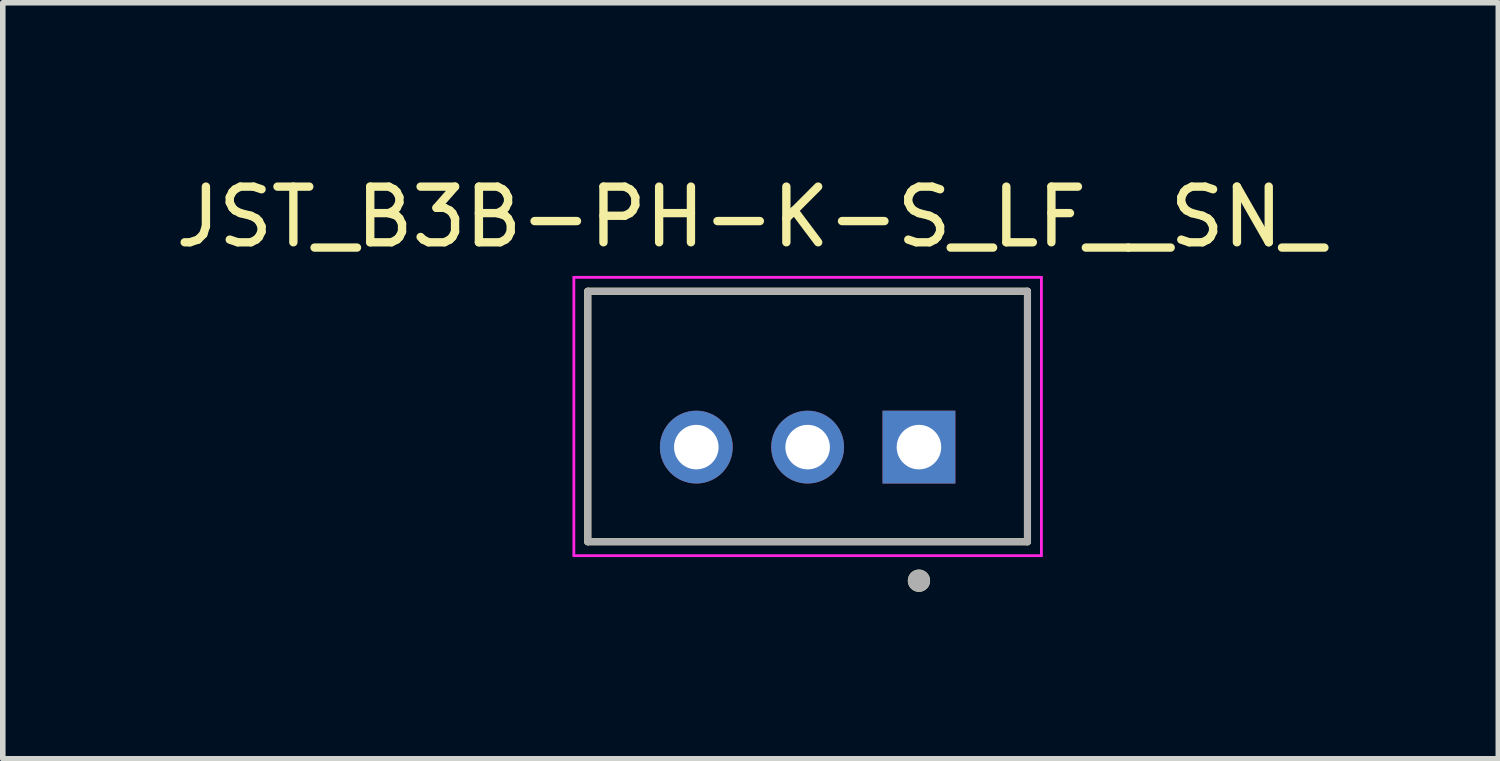
<source format=kicad_pcb>
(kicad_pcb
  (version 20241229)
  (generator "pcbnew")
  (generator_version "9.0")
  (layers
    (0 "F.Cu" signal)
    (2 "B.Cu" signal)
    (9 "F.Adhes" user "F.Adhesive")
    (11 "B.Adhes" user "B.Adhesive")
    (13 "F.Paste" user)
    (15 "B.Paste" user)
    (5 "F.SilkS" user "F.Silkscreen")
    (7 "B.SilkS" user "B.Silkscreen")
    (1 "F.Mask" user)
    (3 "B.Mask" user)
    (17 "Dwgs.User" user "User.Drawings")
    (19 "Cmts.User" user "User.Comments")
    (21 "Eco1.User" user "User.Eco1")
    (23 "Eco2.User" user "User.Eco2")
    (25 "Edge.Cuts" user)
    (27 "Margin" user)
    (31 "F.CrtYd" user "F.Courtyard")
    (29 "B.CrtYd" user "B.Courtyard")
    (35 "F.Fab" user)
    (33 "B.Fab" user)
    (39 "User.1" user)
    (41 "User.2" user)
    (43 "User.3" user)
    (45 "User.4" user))
  (footprint "JST_B3B-PH-K-S_LF__SN_"
    (layer "F.Cu")
    (at 11.46 4.433)
    (property "Reference" "JST_B3B-PH-K-S_LF__SN_" (at -1.025 -3.585 0) (layer "F.SilkS") (effects (font (size 1 1) (thickness 0.15))))
    (attr through_hole)
    (fp_line (start -3.95 -2.25) (end 3.95 -2.25) (stroke (width 0.127) (type solid)) (layer "F.SilkS"))
    (fp_line (start -3.95 2.25) (end -3.95 -2.25) (stroke (width 0.127) (type solid)) (layer "F.SilkS"))
    (fp_line (start 3.95 -2.25) (end 3.95 2.25) (stroke (width 0.127) (type solid)) (layer "F.SilkS"))
    (fp_line (start 3.95 2.25) (end -3.95 2.25) (stroke (width 0.127) (type solid)) (layer "F.SilkS"))
    (fp_circle (center 2 2.95) (end 2.1 2.95) (stroke (width 0.2) (type solid)) (fill no) (layer "F.SilkS"))
    (fp_line (start -4.2 -2.5) (end 4.2 -2.5) (stroke (width 0.05) (type solid)) (layer "F.CrtYd"))
    (fp_line (start -4.2 2.5) (end -4.2 -2.5) (stroke (width 0.05) (type solid)) (layer "F.CrtYd"))
    (fp_line (start 4.2 -2.5) (end 4.2 2.5) (stroke (width 0.05) (type solid)) (layer "F.CrtYd"))
    (fp_line (start 4.2 2.5) (end -4.2 2.5) (stroke (width 0.05) (type solid)) (layer "F.CrtYd"))
    (fp_line (start -3.95 -2.25) (end 3.95 -2.25) (stroke (width 0.127) (type solid)) (layer "F.Fab"))
    (fp_line (start -3.95 2.25) (end -3.95 -2.25) (stroke (width 0.127) (type solid)) (layer "F.Fab"))
    (fp_line (start 3.95 -2.25) (end 3.95 2.25) (stroke (width 0.127) (type solid)) (layer "F.Fab"))
    (fp_line (start 3.95 2.25) (end -3.95 2.25) (stroke (width 0.127) (type solid)) (layer "F.Fab"))
    (fp_circle (center 2 2.95) (end 2.1 2.95) (stroke (width 0.2) (type solid)) (fill no) (layer "F.Fab"))
    (pad "1" thru_hole rect (at 2 0.55) (size 1.308 1.308) (drill 0.8) (layers "*.Cu" "*.Mask"))
    (pad "2" thru_hole circle (at 0 0.55) (size 1.308 1.308) (drill 0.8) (layers "*.Cu" "*.Mask"))
    (pad "3" thru_hole circle (at -2 0.55) (size 1.308 1.308) (drill 0.8) (layers "*.Cu" "*.Mask")))
  (gr_rect
    (start -3 -3)
    (end 23.869 10.583)
    (stroke (width 0.1) (type default))
    (fill no)
    (layer "Edge.Cuts")))
</source>
